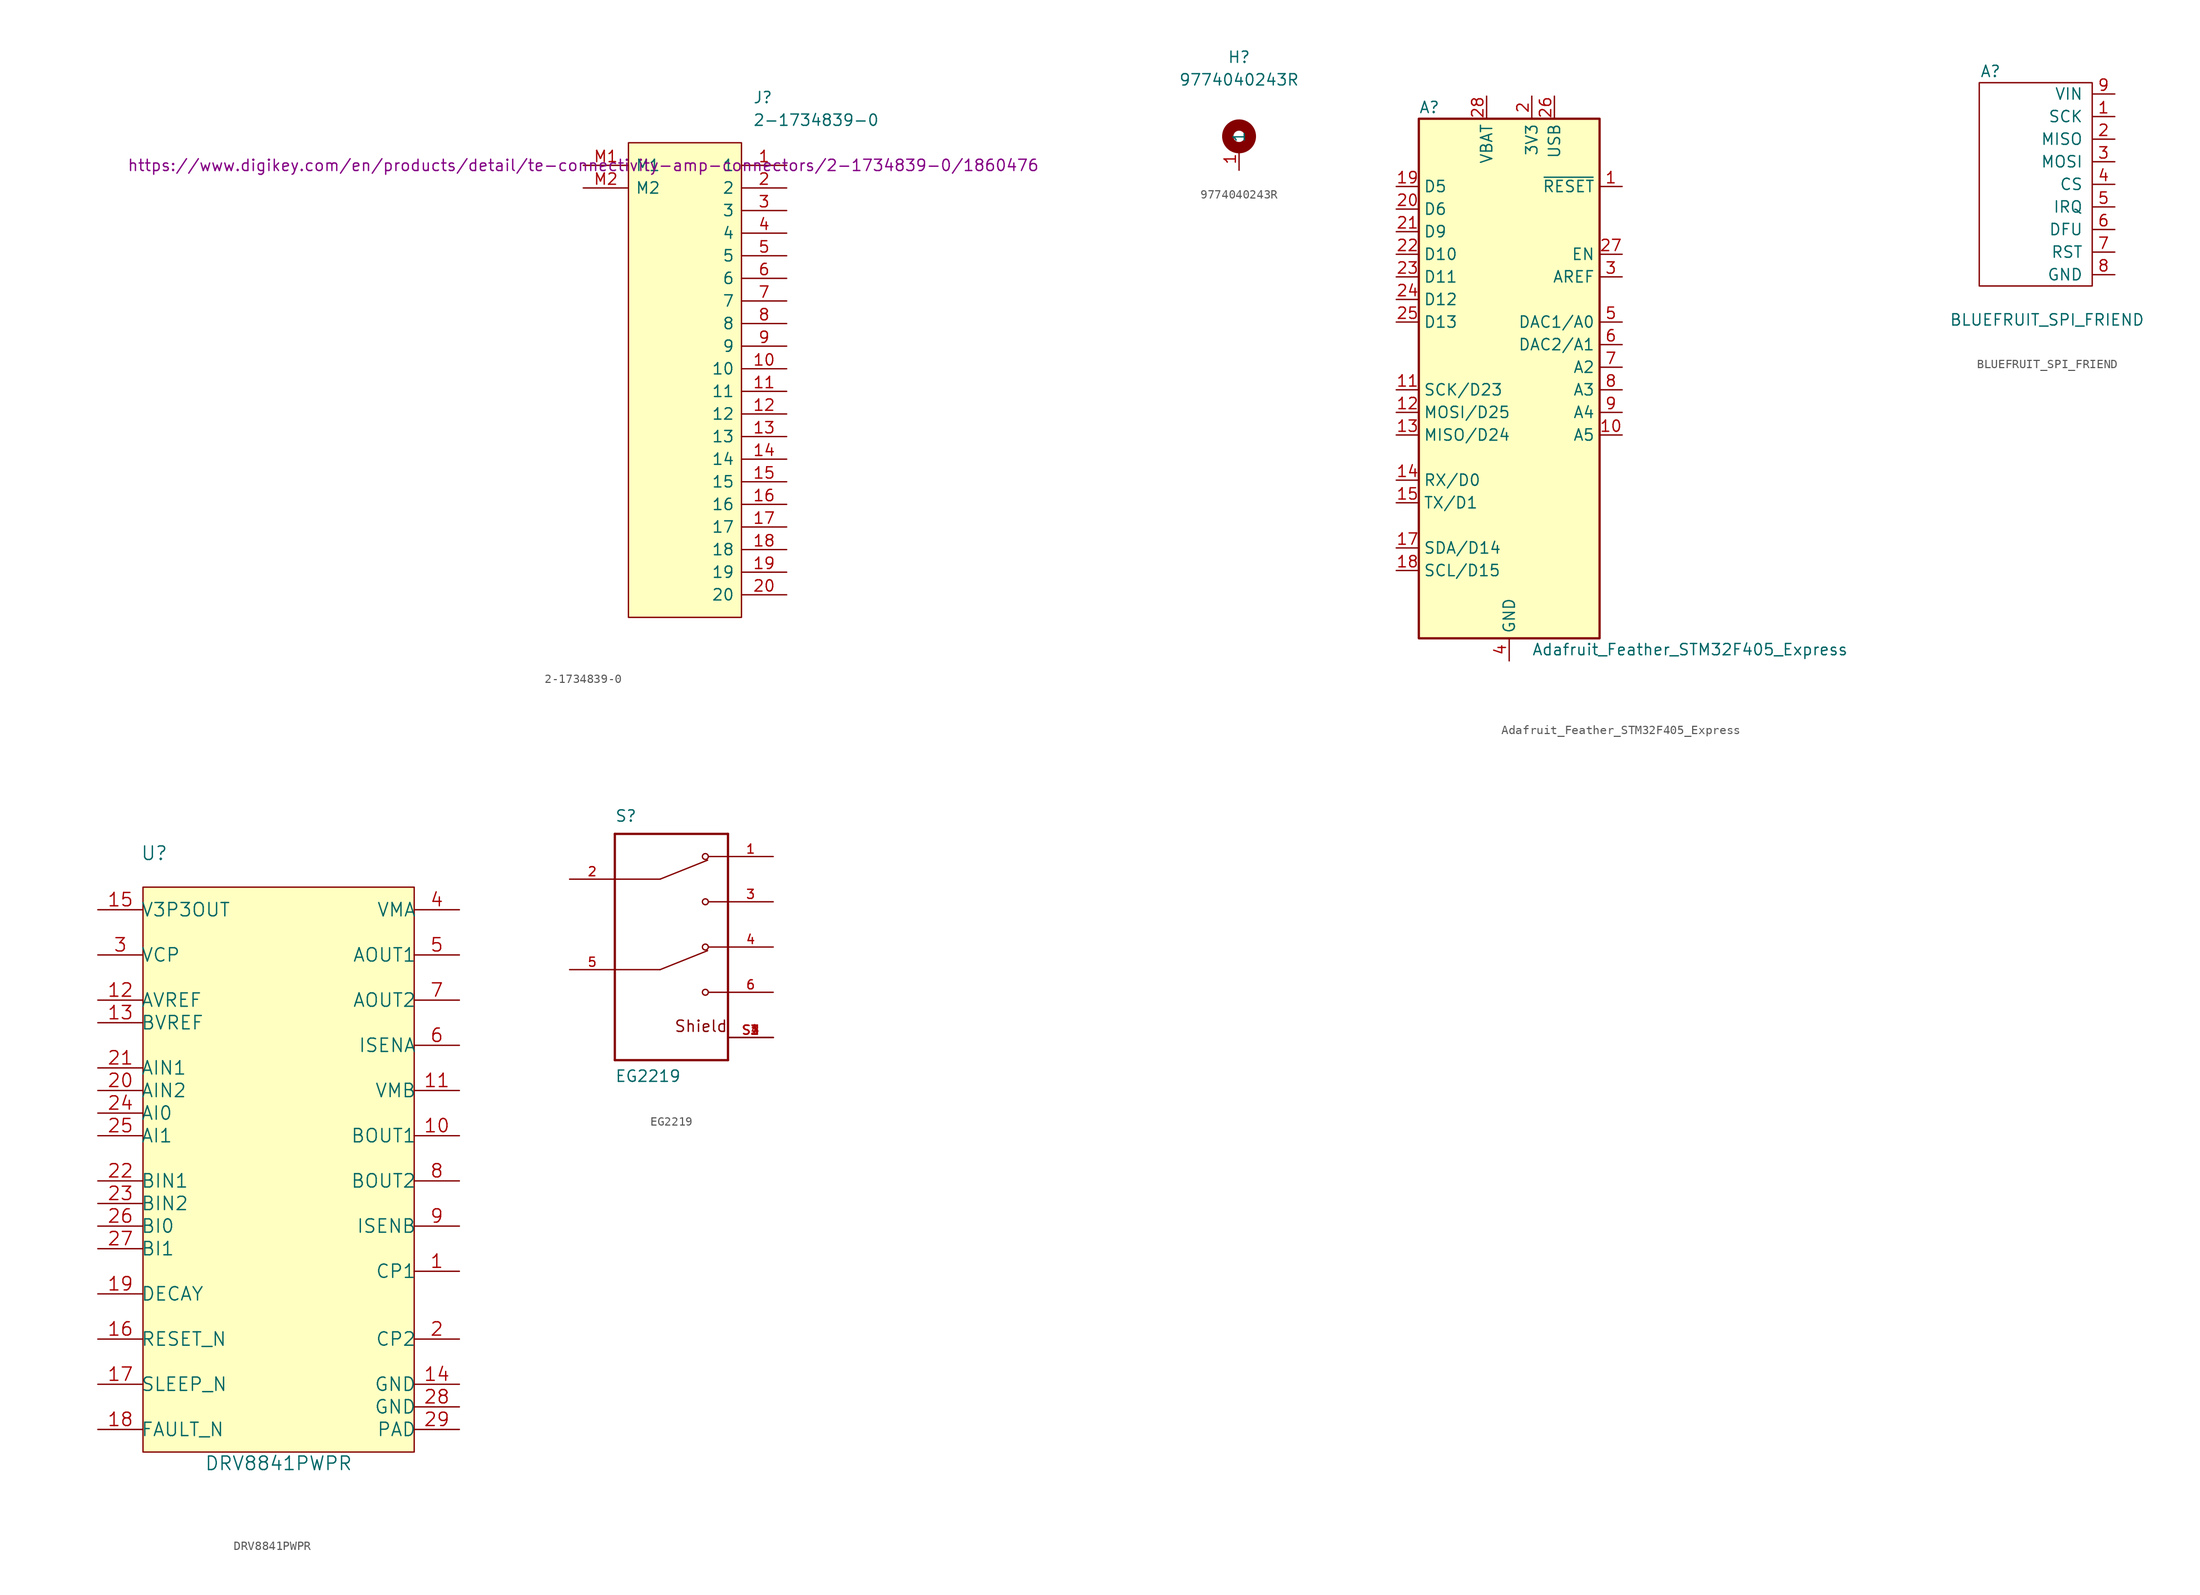
<source format=kicad_sym>
(kicad_symbol_lib
  (version 20211014)
  (generator kicad_symbol_editor)
  (symbol "2-1734839-0"
    (pin_names
      (offset 0.762))
    (property "Reference" "J"
      (at 19.05 7.62 0)
      (effects (font (size 1.27 1.27)) (justify left)))
    (property "Value" "2-1734839-0"
      (at 19.05 5.08 0)
      (effects (font (size 1.27 1.27)) (justify left)))
    (property "Digikey Price/Stock" "https://www.digikey.com/en/products/detail/te-connectivity-amp-connectors/2-1734839-0/1860476"
      (at 0 0 0)
      (effects (font (size 1.27 1.27))))
    (symbol "2-1734839-0_0_0"
      (pin passive line (at 22.86 0 180) (length 5.08) (name "1" (effects (font (size 1.27 1.27)))) (number "1" (effects (font (size 1.27 1.27)))))
      (pin passive line (at 22.86 -22.86 180) (length 5.08) (name "10" (effects (font (size 1.27 1.27)))) (number "10" (effects (font (size 1.27 1.27)))))
      (pin passive line (at 22.86 -25.4 180) (length 5.08) (name "11" (effects (font (size 1.27 1.27)))) (number "11" (effects (font (size 1.27 1.27)))))
      (pin passive line (at 22.86 -27.94 180) (length 5.08) (name "12" (effects (font (size 1.27 1.27)))) (number "12" (effects (font (size 1.27 1.27)))))
      (pin passive line (at 22.86 -30.48 180) (length 5.08) (name "13" (effects (font (size 1.27 1.27)))) (number "13" (effects (font (size 1.27 1.27)))))
      (pin passive line (at 22.86 -33.02 180) (length 5.08) (name "14" (effects (font (size 1.27 1.27)))) (number "14" (effects (font (size 1.27 1.27)))))
      (pin passive line (at 22.86 -35.56 180) (length 5.08) (name "15" (effects (font (size 1.27 1.27)))) (number "15" (effects (font (size 1.27 1.27)))))
      (pin passive line (at 22.86 -38.1 180) (length 5.08) (name "16" (effects (font (size 1.27 1.27)))) (number "16" (effects (font (size 1.27 1.27)))))
      (pin passive line (at 22.86 -40.64 180) (length 5.08) (name "17" (effects (font (size 1.27 1.27)))) (number "17" (effects (font (size 1.27 1.27)))))
      (pin passive line (at 22.86 -43.18 180) (length 5.08) (name "18" (effects (font (size 1.27 1.27)))) (number "18" (effects (font (size 1.27 1.27)))))
      (pin passive line (at 22.86 -45.72 180) (length 5.08) (name "19" (effects (font (size 1.27 1.27)))) (number "19" (effects (font (size 1.27 1.27)))))
      (pin passive line (at 22.86 -2.54 180) (length 5.08) (name "2" (effects (font (size 1.27 1.27)))) (number "2" (effects (font (size 1.27 1.27)))))
      (pin passive line (at 22.86 -48.26 180) (length 5.08) (name "20" (effects (font (size 1.27 1.27)))) (number "20" (effects (font (size 1.27 1.27)))))
      (pin passive line (at 22.86 -5.08 180) (length 5.08) (name "3" (effects (font (size 1.27 1.27)))) (number "3" (effects (font (size 1.27 1.27)))))
      (pin passive line (at 22.86 -7.62 180) (length 5.08) (name "4" (effects (font (size 1.27 1.27)))) (number "4" (effects (font (size 1.27 1.27)))))
      (pin passive line (at 22.86 -10.16 180) (length 5.08) (name "5" (effects (font (size 1.27 1.27)))) (number "5" (effects (font (size 1.27 1.27)))))
      (pin passive line (at 22.86 -12.7 180) (length 5.08) (name "6" (effects (font (size 1.27 1.27)))) (number "6" (effects (font (size 1.27 1.27)))))
      (pin passive line (at 22.86 -15.24 180) (length 5.08) (name "7" (effects (font (size 1.27 1.27)))) (number "7" (effects (font (size 1.27 1.27)))))
      (pin passive line (at 22.86 -17.78 180) (length 5.08) (name "8" (effects (font (size 1.27 1.27)))) (number "8" (effects (font (size 1.27 1.27)))))
      (pin passive line (at 22.86 -20.32 180) (length 5.08) (name "9" (effects (font (size 1.27 1.27)))) (number "9" (effects (font (size 1.27 1.27)))))
      (pin passive line (at 0 0 0) (length 5.08) (name "M1" (effects (font (size 1.27 1.27)))) (number "M1" (effects (font (size 1.27 1.27)))))
      (pin passive line (at 0 -2.54 0) (length 5.08) (name "M2" (effects (font (size 1.27 1.27)))) (number "M2" (effects (font (size 1.27 1.27))))))
    (symbol "2-1734839-0_0_1"
      (rectangle (start 5.08 2.54) (end 17.78 -50.8) (stroke (width 0) (type default) (color 0 0 0 0)) (fill (type background)))))
  (symbol "9774040243R"
    (property "Reference" "H"
      (at 0 5.08 0)
      (effects (font (size 1.27 1.27))))
    (property "Value" "9774040243R"
      (at 0 2.54 0)
      (effects (font (size 1.27 1.27))))
    (symbol "9774040243R_0_1"
      (circle (center 0 -3.81) (radius 1.27) (stroke (width 1.27) (type default) (color 0 0 0 0)) (fill (type none))))
    (symbol "9774040243R_1_1"
      (pin input line (at 0 -7.62 90) (length 2.54) (name "1" (effects (font (size 1.27 1.27)))) (number "1" (effects (font (size 1.27 1.27)))))))
  (symbol "Adafruit_Feather_STM32F405_Express"
    (property "Reference" "A"
      (at -10.16 29.21 0)
      (effects (font (size 1.27 1.27)) (justify left)))
    (property "Value" "Adafruit_Feather_STM32F405_Express"
      (at 2.54 -31.75 0)
      (effects (font (size 1.27 1.27)) (justify left)))
    (symbol "Adafruit_Feather_STM32F405_Express_0_1"
      (rectangle (start -10.16 27.94) (end 10.16 -30.48) (stroke (width 0.254) (type default) (color 0 0 0 0)) (fill (type background))))
    (symbol "Adafruit_Feather_STM32F405_Express_1_1"
      (pin input line (at 12.7 20.32 180) (length 2.54) (name "~{RESET}" (effects (font (size 1.27 1.27)))) (number "1" (effects (font (size 1.27 1.27)))))
      (pin bidirectional line (at 12.7 -7.62 180) (length 2.54) (name "A5" (effects (font (size 1.27 1.27)))) (number "10" (effects (font (size 1.27 1.27)))))
      (pin bidirectional line (at -12.7 -2.54 0) (length 2.54) (name "SCK/D23" (effects (font (size 1.27 1.27)))) (number "11" (effects (font (size 1.27 1.27)))))
      (pin bidirectional line (at -12.7 -5.08 0) (length 2.54) (name "MOSI/D25" (effects (font (size 1.27 1.27)))) (number "12" (effects (font (size 1.27 1.27)))))
      (pin bidirectional line (at -12.7 -7.62 0) (length 2.54) (name "MISO/D24" (effects (font (size 1.27 1.27)))) (number "13" (effects (font (size 1.27 1.27)))))
      (pin bidirectional line (at -12.7 -12.7 0) (length 2.54) (name "RX/D0" (effects (font (size 1.27 1.27)))) (number "14" (effects (font (size 1.27 1.27)))))
      (pin bidirectional line (at -12.7 -15.24 0) (length 2.54) (name "TX/D1" (effects (font (size 1.27 1.27)))) (number "15" (effects (font (size 1.27 1.27)))))
      (pin passive line (at 0 -33.02 90) (length 2.54) hide (name "GND" (effects (font (size 1.27 1.27)))) (number "16" (effects (font (size 1.27 1.27)))))
      (pin bidirectional line (at -12.7 -20.32 0) (length 2.54) (name "SDA/D14" (effects (font (size 1.27 1.27)))) (number "17" (effects (font (size 1.27 1.27)))))
      (pin bidirectional line (at -12.7 -22.86 0) (length 2.54) (name "SCL/D15" (effects (font (size 1.27 1.27)))) (number "18" (effects (font (size 1.27 1.27)))))
      (pin bidirectional line (at -12.7 20.32 0) (length 2.54) (name "D5" (effects (font (size 1.27 1.27)))) (number "19" (effects (font (size 1.27 1.27)))))
      (pin power_in line (at 2.54 30.48 270) (length 2.54) (name "3V3" (effects (font (size 1.27 1.27)))) (number "2" (effects (font (size 1.27 1.27)))))
      (pin bidirectional line (at -12.7 17.78 0) (length 2.54) (name "D6" (effects (font (size 1.27 1.27)))) (number "20" (effects (font (size 1.27 1.27)))))
      (pin bidirectional line (at -12.7 15.24 0) (length 2.54) (name "D9" (effects (font (size 1.27 1.27)))) (number "21" (effects (font (size 1.27 1.27)))))
      (pin bidirectional line (at -12.7 12.7 0) (length 2.54) (name "D10" (effects (font (size 1.27 1.27)))) (number "22" (effects (font (size 1.27 1.27)))))
      (pin bidirectional line (at -12.7 10.16 0) (length 2.54) (name "D11" (effects (font (size 1.27 1.27)))) (number "23" (effects (font (size 1.27 1.27)))))
      (pin bidirectional line (at -12.7 7.62 0) (length 2.54) (name "D12" (effects (font (size 1.27 1.27)))) (number "24" (effects (font (size 1.27 1.27)))))
      (pin bidirectional line (at -12.7 5.08 0) (length 2.54) (name "D13" (effects (font (size 1.27 1.27)))) (number "25" (effects (font (size 1.27 1.27)))))
      (pin power_in line (at 5.08 30.48 270) (length 2.54) (name "USB" (effects (font (size 1.27 1.27)))) (number "26" (effects (font (size 1.27 1.27)))))
      (pin input line (at 12.7 12.7 180) (length 2.54) (name "EN" (effects (font (size 1.27 1.27)))) (number "27" (effects (font (size 1.27 1.27)))))
      (pin power_in line (at -2.54 30.48 270) (length 2.54) (name "VBAT" (effects (font (size 1.27 1.27)))) (number "28" (effects (font (size 1.27 1.27)))))
      (pin input line (at 12.7 10.16 180) (length 2.54) (name "AREF" (effects (font (size 1.27 1.27)))) (number "3" (effects (font (size 1.27 1.27)))))
      (pin power_in line (at 0 -33.02 90) (length 2.54) (name "GND" (effects (font (size 1.27 1.27)))) (number "4" (effects (font (size 1.27 1.27)))))
      (pin bidirectional line (at 12.7 5.08 180) (length 2.54) (name "DAC1/A0" (effects (font (size 1.27 1.27)))) (number "5" (effects (font (size 1.27 1.27)))))
      (pin bidirectional line (at 12.7 2.54 180) (length 2.54) (name "DAC2/A1" (effects (font (size 1.27 1.27)))) (number "6" (effects (font (size 1.27 1.27)))))
      (pin bidirectional line (at 12.7 0 180) (length 2.54) (name "A2" (effects (font (size 1.27 1.27)))) (number "7" (effects (font (size 1.27 1.27)))))
      (pin bidirectional line (at 12.7 -2.54 180) (length 2.54) (name "A3" (effects (font (size 1.27 1.27)))) (number "8" (effects (font (size 1.27 1.27)))))
      (pin bidirectional line (at 12.7 -5.08 180) (length 2.54) (name "A4" (effects (font (size 1.27 1.27)))) (number "9" (effects (font (size 1.27 1.27)))))))
  (symbol "BLUEFRUIT_SPI_FRIEND"
    (pin_names
      (offset 1.016))
    (property "Reference" "A"
      (at -5.08 12.7 0)
      (effects (font (size 1.27 1.27))))
    (property "Value" "BLUEFRUIT_SPI_FRIEND"
      (at 1.27 -15.24 0)
      (effects (font (size 1.27 1.27))))
    (symbol "BLUEFRUIT_SPI_FRIEND_0_1"
      (rectangle (start 6.35 11.43) (end -6.35 -11.43) (stroke (width 0) (type default) (color 0 0 0 0)) (fill (type none))))
    (symbol "BLUEFRUIT_SPI_FRIEND_1_1"
      (pin bidirectional line (at 8.89 7.62 180) (length 2.54) (name "SCK" (effects (font (size 1.27 1.27)))) (number "1" (effects (font (size 1.27 1.27)))))
      (pin output line (at 8.89 5.08 180) (length 2.54) (name "MISO" (effects (font (size 1.27 1.27)))) (number "2" (effects (font (size 1.27 1.27)))))
      (pin input line (at 8.89 2.54 180) (length 2.54) (name "MOSI" (effects (font (size 1.27 1.27)))) (number "3" (effects (font (size 1.27 1.27)))))
      (pin input line (at 8.89 0 180) (length 2.54) (name "CS" (effects (font (size 1.27 1.27)))) (number "4" (effects (font (size 1.27 1.27)))))
      (pin output line (at 8.89 -2.54 180) (length 2.54) (name "IRQ" (effects (font (size 1.27 1.27)))) (number "5" (effects (font (size 1.27 1.27)))))
      (pin input line (at 8.89 -5.08 180) (length 2.54) (name "DFU" (effects (font (size 1.27 1.27)))) (number "6" (effects (font (size 1.27 1.27)))))
      (pin input line (at 8.89 -7.62 180) (length 2.54) (name "RST" (effects (font (size 1.27 1.27)))) (number "7" (effects (font (size 1.27 1.27)))))
      (pin power_in line (at 8.89 -10.16 180) (length 2.54) (name "GND" (effects (font (size 1.27 1.27)))) (number "8" (effects (font (size 1.27 1.27)))))
      (pin power_in line (at 8.89 10.16 180) (length 2.54) (name "VIN" (effects (font (size 1.27 1.27)))) (number "9" (effects (font (size 1.27 1.27)))))))
  (symbol "DRV8841PWPR"
    (pin_names
      (offset -0.254))
    (property "Reference" "U"
      (at -13.97 34.29 0)
      (effects (font (size 1.524 1.524))))
    (property "Value" "DRV8841PWPR"
      (at 0 -34.29 0)
      (effects (font (size 1.524 1.524))))
    (property "Datasheet" ""
      (at 0 0 0)
      (effects (font (size 1.524 1.524))))
    (symbol "DRV8841PWPR_0_1"
      (rectangle (start -15.24 30.48) (end 15.24 -33.02) (stroke (width 0) (type default) (color 0 0 0 0)) (fill (type background))))
    (symbol "DRV8841PWPR_1_1"
      (pin unspecified line (at 20.32 -12.7 180) (length 5.08) (name "CP1" (effects (font (size 1.499 1.499)))) (number "1" (effects (font (size 1.499 1.499)))))
      (pin output line (at 20.32 2.54 180) (length 5.08) (name "BOUT1" (effects (font (size 1.499 1.499)))) (number "10" (effects (font (size 1.499 1.499)))))
      (pin power_in line (at 20.32 7.62 180) (length 5.08) (name "VMB" (effects (font (size 1.499 1.499)))) (number "11" (effects (font (size 1.499 1.499)))))
      (pin input line (at -20.32 17.78 0) (length 5.08) (name "AVREF" (effects (font (size 1.499 1.499)))) (number "12" (effects (font (size 1.499 1.499)))))
      (pin input line (at -20.32 15.24 0) (length 5.08) (name "BVREF" (effects (font (size 1.499 1.499)))) (number "13" (effects (font (size 1.499 1.499)))))
      (pin power_in line (at 20.32 -25.4 180) (length 5.08) (name "GND" (effects (font (size 1.499 1.499)))) (number "14" (effects (font (size 1.499 1.499)))))
      (pin power_in line (at -20.32 27.94 0) (length 5.08) (name "V3P3OUT" (effects (font (size 1.499 1.499)))) (number "15" (effects (font (size 1.499 1.499)))))
      (pin input line (at -20.32 -20.32 0) (length 5.08) (name "RESET_N" (effects (font (size 1.499 1.499)))) (number "16" (effects (font (size 1.499 1.499)))))
      (pin input line (at -20.32 -25.4 0) (length 5.08) (name "SLEEP_N" (effects (font (size 1.499 1.499)))) (number "17" (effects (font (size 1.499 1.499)))))
      (pin open_collector line (at -20.32 -30.48 0) (length 5.08) (name "FAULT_N" (effects (font (size 1.499 1.499)))) (number "18" (effects (font (size 1.499 1.499)))))
      (pin input line (at -20.32 -15.24 0) (length 5.08) (name "DECAY" (effects (font (size 1.499 1.499)))) (number "19" (effects (font (size 1.499 1.499)))))
      (pin unspecified line (at 20.32 -20.32 180) (length 5.08) (name "CP2" (effects (font (size 1.499 1.499)))) (number "2" (effects (font (size 1.499 1.499)))))
      (pin input line (at -20.32 7.62 0) (length 5.08) (name "AIN2" (effects (font (size 1.499 1.499)))) (number "20" (effects (font (size 1.499 1.499)))))
      (pin input line (at -20.32 10.16 0) (length 5.08) (name "AIN1" (effects (font (size 1.499 1.499)))) (number "21" (effects (font (size 1.499 1.499)))))
      (pin input line (at -20.32 -2.54 0) (length 5.08) (name "BIN1" (effects (font (size 1.499 1.499)))) (number "22" (effects (font (size 1.499 1.499)))))
      (pin input line (at -20.32 -5.08 0) (length 5.08) (name "BIN2" (effects (font (size 1.499 1.499)))) (number "23" (effects (font (size 1.499 1.499)))))
      (pin input line (at -20.32 5.08 0) (length 5.08) (name "AI0" (effects (font (size 1.499 1.499)))) (number "24" (effects (font (size 1.499 1.499)))))
      (pin input line (at -20.32 2.54 0) (length 5.08) (name "AI1" (effects (font (size 1.499 1.499)))) (number "25" (effects (font (size 1.499 1.499)))))
      (pin input line (at -20.32 -7.62 0) (length 5.08) (name "BI0" (effects (font (size 1.499 1.499)))) (number "26" (effects (font (size 1.499 1.499)))))
      (pin input line (at -20.32 -10.16 0) (length 5.08) (name "BI1" (effects (font (size 1.499 1.499)))) (number "27" (effects (font (size 1.499 1.499)))))
      (pin power_in line (at 20.32 -27.94 180) (length 5.08) (name "GND" (effects (font (size 1.499 1.499)))) (number "28" (effects (font (size 1.499 1.499)))))
      (pin power_in line (at 20.32 -30.48 180) (length 5.08) (name "PAD" (effects (font (size 1.499 1.499)))) (number "29" (effects (font (size 1.499 1.499)))))
      (pin power_in line (at -20.32 22.86 0) (length 5.08) (name "VCP" (effects (font (size 1.499 1.499)))) (number "3" (effects (font (size 1.499 1.499)))))
      (pin power_in line (at 20.32 27.94 180) (length 5.08) (name "VMA" (effects (font (size 1.499 1.499)))) (number "4" (effects (font (size 1.499 1.499)))))
      (pin output line (at 20.32 22.86 180) (length 5.08) (name "AOUT1" (effects (font (size 1.499 1.499)))) (number "5" (effects (font (size 1.499 1.499)))))
      (pin bidirectional line (at 20.32 12.7 180) (length 5.08) (name "ISENA" (effects (font (size 1.499 1.499)))) (number "6" (effects (font (size 1.499 1.499)))))
      (pin output line (at 20.32 17.78 180) (length 5.08) (name "AOUT2" (effects (font (size 1.499 1.499)))) (number "7" (effects (font (size 1.499 1.499)))))
      (pin output line (at 20.32 -2.54 180) (length 5.08) (name "BOUT2" (effects (font (size 1.499 1.499)))) (number "8" (effects (font (size 1.499 1.499)))))
      (pin bidirectional line (at 20.32 -7.62 180) (length 5.08) (name "ISENB" (effects (font (size 1.499 1.499)))) (number "9" (effects (font (size 1.499 1.499)))))))
  (symbol "EG2219"
    (pin_names
      (offset 1.016) hide)
    (property "Reference" "S"
      (at -7.62 13.97 0)
      (effects (font (size 1.27 1.27)) (justify left bottom)))
    (property "Value" "EG2219"
      (at -7.62 -15.24 0)
      (effects (font (size 1.27 1.27)) (justify left bottom)))
    (symbol "EG2219_0_0"
      (polyline (pts (xy -7.62 -12.7) (xy 5.08 -12.7)) (stroke (width 0.254) (type default) (color 0 0 0 0)) (fill (type none)))
      (polyline (pts (xy -7.62 12.7) (xy -7.62 -12.7)) (stroke (width 0.254) (type default) (color 0 0 0 0)) (fill (type none)))
      (polyline (pts (xy -2.54 -2.54) (xy -7.62 -2.54)) (stroke (width 0.152) (type default) (color 0 0 0 0)) (fill (type none)))
      (polyline (pts (xy -2.54 -2.54) (xy 2.794 -0.406)) (stroke (width 0.152) (type default) (color 0 0 0 0)) (fill (type none)))
      (polyline (pts (xy -2.54 7.62) (xy -7.62 7.62)) (stroke (width 0.152) (type default) (color 0 0 0 0)) (fill (type none)))
      (polyline (pts (xy -2.54 7.62) (xy 2.794 9.754)) (stroke (width 0.152) (type default) (color 0 0 0 0)) (fill (type none)))
      (polyline (pts (xy 5.08 -12.7) (xy 5.08 12.7)) (stroke (width 0.254) (type default) (color 0 0 0 0)) (fill (type none)))
      (polyline (pts (xy 5.08 -5.08) (xy 2.921 -5.08)) (stroke (width 0.152) (type default) (color 0 0 0 0)) (fill (type none)))
      (polyline (pts (xy 5.08 0) (xy 2.921 0)) (stroke (width 0.152) (type default) (color 0 0 0 0)) (fill (type none)))
      (polyline (pts (xy 5.08 5.08) (xy 2.921 5.08)) (stroke (width 0.152) (type default) (color 0 0 0 0)) (fill (type none)))
      (polyline (pts (xy 5.08 10.16) (xy 2.921 10.16)) (stroke (width 0.152) (type default) (color 0 0 0 0)) (fill (type none)))
      (polyline (pts (xy 5.08 12.7) (xy -7.62 12.7)) (stroke (width 0.254) (type default) (color 0 0 0 0)) (fill (type none)))
      (circle (center 2.54 -5.08) (radius 0.33) (stroke (width 0.152) (type default) (color 0 0 0 0)) (fill (type none)))
      (circle (center 2.54 0) (radius 0.33) (stroke (width 0.152) (type default) (color 0 0 0 0)) (fill (type none)))
      (circle (center 2.54 5.08) (radius 0.33) (stroke (width 0.152) (type default) (color 0 0 0 0)) (fill (type none)))
      (circle (center 2.54 10.16) (radius 0.33) (stroke (width 0.152) (type default) (color 0 0 0 0)) (fill (type none)))
      (text "Shield" (at 5.08 -8.89 0) (effects (font (size 1.27 1.27)) (justify right)))
      (pin passive line (at 10.16 10.16 180) (length 5.08) (name "1" (effects (font (size 1.016 1.016)))) (number "1" (effects (font (size 1.016 1.016)))))
      (pin passive line (at -12.7 7.62 0) (length 5.08) (name "COM_2" (effects (font (size 1.016 1.016)))) (number "2" (effects (font (size 1.016 1.016)))))
      (pin passive line (at 10.16 5.08 180) (length 5.08) (name "3" (effects (font (size 1.016 1.016)))) (number "3" (effects (font (size 1.016 1.016)))))
      (pin passive line (at 10.16 0 180) (length 5.08) (name "4" (effects (font (size 1.016 1.016)))) (number "4" (effects (font (size 1.016 1.016)))))
      (pin passive line (at -12.7 -2.54 0) (length 5.08) (name "COM_5" (effects (font (size 1.016 1.016)))) (number "5" (effects (font (size 1.016 1.016)))))
      (pin passive line (at 10.16 -5.08 180) (length 5.08) (name "6" (effects (font (size 1.016 1.016)))) (number "6" (effects (font (size 1.016 1.016)))))
      (pin passive line (at 10.16 -10.16 180) (length 5.08) (name "SHIELD" (effects (font (size 1.016 1.016)))) (number "S1" (effects (font (size 1.016 1.016)))))
      (pin passive line (at 10.16 -10.16 180) (length 5.08) (name "SHIELD" (effects (font (size 1.016 1.016)))) (number "S2" (effects (font (size 1.016 1.016)))))
      (pin passive line (at 10.16 -10.16 180) (length 5.08) (name "SHIELD" (effects (font (size 1.016 1.016)))) (number "S3" (effects (font (size 1.016 1.016)))))
      (pin passive line (at 10.16 -10.16 180) (length 5.08) (name "SHIELD" (effects (font (size 1.016 1.016)))) (number "S4" (effects (font (size 1.016 1.016))))))))
</source>
